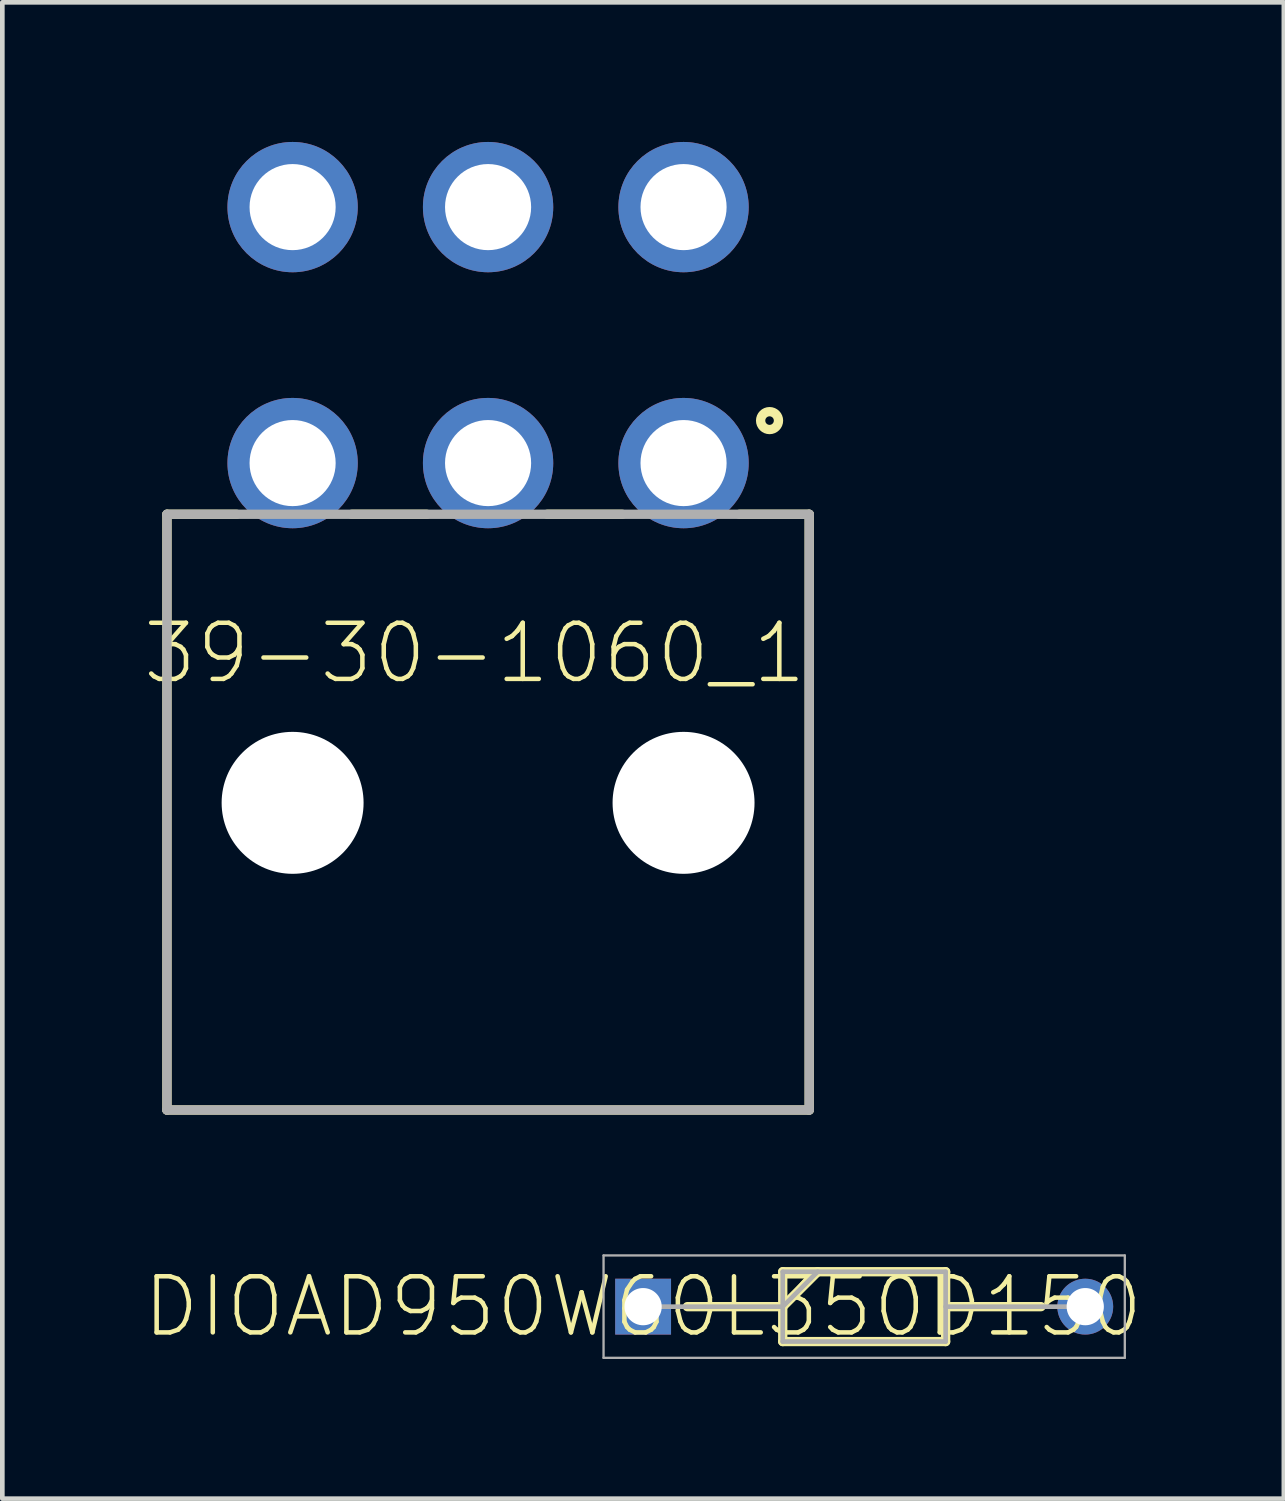
<source format=kicad_pcb>
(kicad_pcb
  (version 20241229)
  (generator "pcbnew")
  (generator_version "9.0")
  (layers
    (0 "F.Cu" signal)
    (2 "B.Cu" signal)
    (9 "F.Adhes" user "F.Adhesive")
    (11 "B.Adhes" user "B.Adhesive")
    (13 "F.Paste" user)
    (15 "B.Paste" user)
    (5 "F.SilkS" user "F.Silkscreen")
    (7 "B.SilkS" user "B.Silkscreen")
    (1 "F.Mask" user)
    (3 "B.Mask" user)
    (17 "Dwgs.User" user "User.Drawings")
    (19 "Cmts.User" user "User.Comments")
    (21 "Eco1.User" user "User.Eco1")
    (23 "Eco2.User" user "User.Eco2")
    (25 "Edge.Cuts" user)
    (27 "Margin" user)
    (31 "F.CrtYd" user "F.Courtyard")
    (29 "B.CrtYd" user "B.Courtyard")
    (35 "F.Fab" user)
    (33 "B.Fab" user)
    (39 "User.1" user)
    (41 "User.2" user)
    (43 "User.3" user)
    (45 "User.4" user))
  (footprint "39-30-1060_1"
    (layer "F.Cu")
    (at 7.437 14.2)
    (property "Reference" "39-30-1060_1" (at -0.289 -3.216 0) (layer "F.SilkS") (effects (font (size 1.206 1.206) (thickness 0.097))))
    (attr through_hole)
    (fp_line (start -6.9 -6.2) (end -6.9 6.6) (stroke (width 0.2) (type solid)) (layer "F.SilkS"))
    (fp_line (start -6.9 -6.2) (end -5.4 -6.2) (stroke (width 0.2) (type solid)) (layer "F.SilkS"))
    (fp_line (start -6.9 6.6) (end 6.9 6.6) (stroke (width 0.2) (type solid)) (layer "F.SilkS"))
    (fp_line (start -2.93 -6.2) (end -1.315 -6.2) (stroke (width 0.2) (type solid)) (layer "F.SilkS"))
    (fp_line (start 1.27 -6.2) (end 2.885 -6.2) (stroke (width 0.2) (type solid)) (layer "F.SilkS"))
    (fp_line (start 6.9 -6.2) (end 5.4 -6.2) (stroke (width 0.2) (type solid)) (layer "F.SilkS"))
    (fp_line (start 6.9 6.6) (end 6.9 -6.2) (stroke (width 0.2) (type solid)) (layer "F.SilkS"))
    (fp_circle (center 6.048 -8.213) (end 6.14 -8.213) (stroke (width 0.2) (type solid)) (fill no) (layer "F.SilkS"))
    (fp_line (start -6.9 -6.2) (end 6.9 -6.2) (stroke (width 0.2) (type solid)) (layer "F.Fab"))
    (fp_line (start -6.9 6.6) (end -6.9 -6.2) (stroke (width 0.2) (type solid)) (layer "F.Fab"))
    (fp_line (start 6.9 -6.2) (end 6.9 6.6) (stroke (width 0.2) (type solid)) (layer "F.Fab"))
    (fp_line (start 6.9 6.6) (end -6.9 6.6) (stroke (width 0.2) (type solid)) (layer "F.Fab"))
    (pad "" np_thru_hole circle (at -4.2 0) (size 3.05 3.05) (drill 3.05) (layers "*.Cu" "*.Mask"))
    (pad "" np_thru_hole circle (at 4.2 0) (size 3.05 3.05) (drill 3.05) (layers "*.Cu" "*.Mask"))
    (pad "1" thru_hole circle (at 4.2 -7.3) (size 2.8 2.8) (drill 1.85) (layers "*.Cu" "*.Mask"))
    (pad "2" thru_hole circle (at 0 -7.3) (size 2.8 2.8) (drill 1.85) (layers "*.Cu" "*.Mask"))
    (pad "3" thru_hole circle (at -4.2 -7.3) (size 2.8 2.8) (drill 1.85) (layers "*.Cu" "*.Mask"))
    (pad "4" thru_hole circle (at 4.2 -12.8) (size 2.8 2.8) (drill 1.85) (layers "*.Cu" "*.Mask"))
    (pad "5" thru_hole circle (at 0 -12.8) (size 2.8 2.8) (drill 1.85) (layers "*.Cu" "*.Mask"))
    (pad "6" thru_hole circle (at -4.2 -12.8) (size 2.8 2.8) (drill 1.85) (layers "*.Cu" "*.Mask")))
  (footprint "DIOAD950W60L350D150"
    (layer "F.Cu")
    (at 10.768 25.025)
    (property "Reference" "DIOAD950W60L350D150" (at 0 0 0) (layer "F.SilkS") (effects (font (size 1.206 1.206) (thickness 0.097))))
    (attr through_hole)
    (fp_line (start 0.95 0) (end 3 0) (stroke (width 0.2) (type solid)) (layer "F.SilkS"))
    (fp_line (start 3 -0.75) (end 6.5 -0.75) (stroke (width 0.2) (type solid)) (layer "F.SilkS"))
    (fp_line (start 3 0) (end 3.75 -0.75) (stroke (width 0.2) (type solid)) (layer "F.SilkS"))
    (fp_line (start 3 0.75) (end 3 -0.75) (stroke (width 0.2) (type solid)) (layer "F.SilkS"))
    (fp_line (start 6.5 -0.75) (end 6.5 0.75) (stroke (width 0.2) (type solid)) (layer "F.SilkS"))
    (fp_line (start 6.5 0) (end 8.55 0) (stroke (width 0.2) (type solid)) (layer "F.SilkS"))
    (fp_line (start 6.5 0.75) (end 3 0.75) (stroke (width 0.2) (type solid)) (layer "F.SilkS"))
    (fp_line (start -0.85 -1.1) (end 10.35 -1.1) (stroke (width 0.05) (type solid)) (layer "F.Fab"))
    (fp_line (start -0.85 1.1) (end -0.85 -1.1) (stroke (width 0.05) (type solid)) (layer "F.Fab"))
    (fp_line (start 0 0) (end 3 0) (stroke (width 0.1) (type solid)) (layer "F.Fab"))
    (fp_line (start 3 -0.75) (end 6.5 -0.75) (stroke (width 0.1) (type solid)) (layer "F.Fab"))
    (fp_line (start 3 0) (end 3.75 -0.75) (stroke (width 0.1) (type solid)) (layer "F.Fab"))
    (fp_line (start 3 0.75) (end 3 -0.75) (stroke (width 0.1) (type solid)) (layer "F.Fab"))
    (fp_line (start 6.5 -0.75) (end 6.5 0.75) (stroke (width 0.1) (type solid)) (layer "F.Fab"))
    (fp_line (start 6.5 0) (end 9.5 0) (stroke (width 0.1) (type solid)) (layer "F.Fab"))
    (fp_line (start 6.5 0.75) (end 3 0.75) (stroke (width 0.1) (type solid)) (layer "F.Fab"))
    (fp_line (start 10.35 -1.1) (end 10.35 1.1) (stroke (width 0.05) (type solid)) (layer "F.Fab"))
    (fp_line (start 10.35 1.1) (end -0.85 1.1) (stroke (width 0.05) (type solid)) (layer "F.Fab"))
    (pad "1" thru_hole rect (at 0 0) (size 1.2 1.2) (drill 0.8) (layers "*.Cu" "*.Mask"))
    (pad "2" thru_hole circle (at 9.5 0) (size 1.2 1.2) (drill 0.8) (layers "*.Cu" "*.Mask")))
  (gr_rect
    (start -3 -3)
    (end 24.535 29.15)
    (stroke (width 0.1) (type default))
    (fill no)
    (layer "Edge.Cuts")))
</source>
